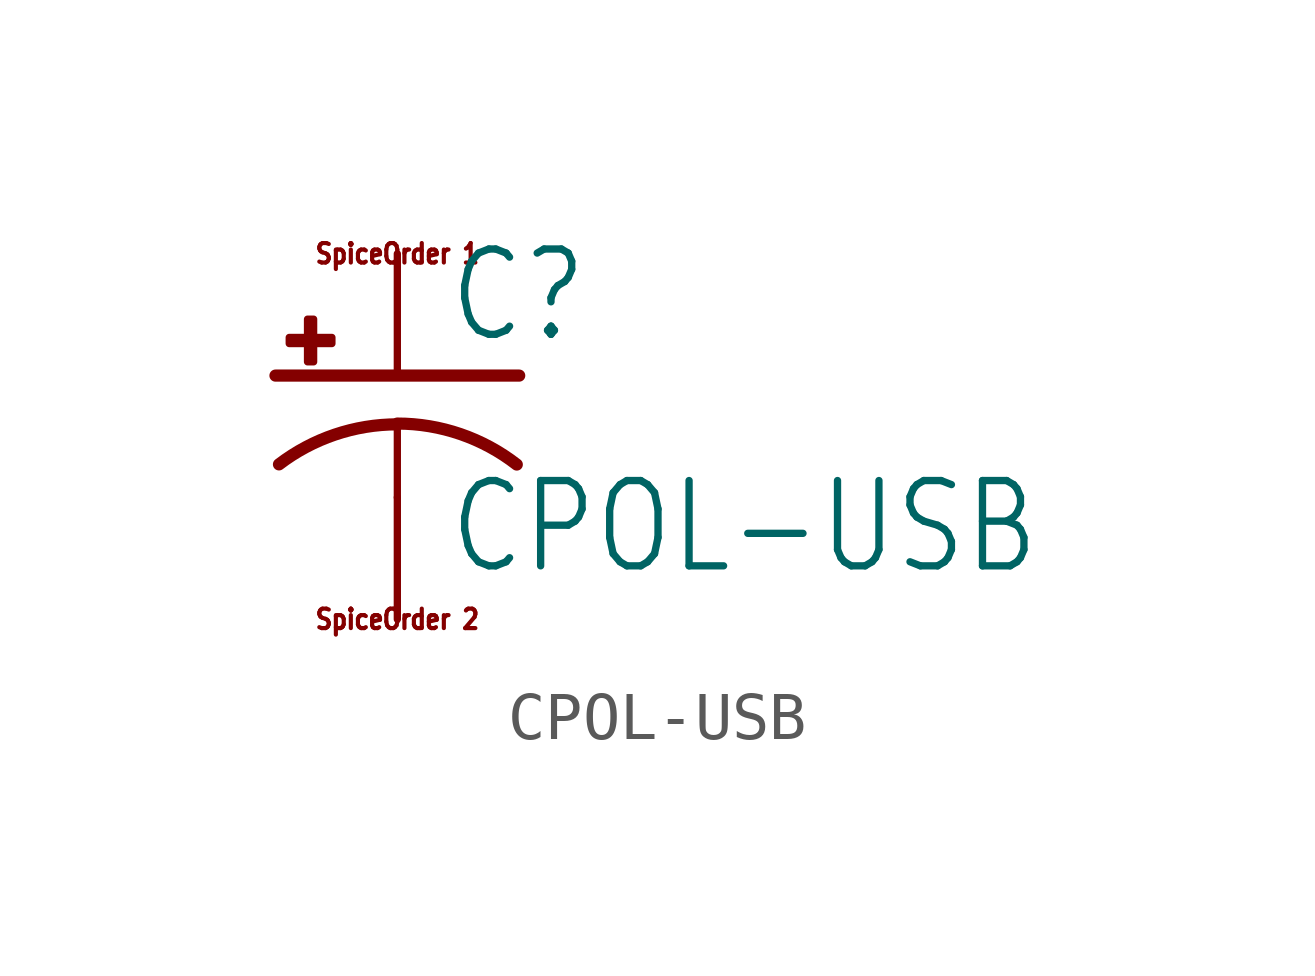
<source format=kicad_sym>
(kicad_symbol_lib
  (version 20211014)
  (generator kicad_symbol_editor)
  (symbol "CPOL-USB"
    (property "Reference" "C"
      (at 1.016 0.635 0)
      (effects (font (size 1.778 1.511)) (justify left bottom)))
    (property "Value" "CPOL-USB"
      (at 1.016 -4.191 0)
      (effects (font (size 1.778 1.511)) (justify left bottom)))
    (property "ki_locked" ""
      (at 0 0 0)
      (effects (font (size 1.27 1.27))))
    (symbol "CPOL-USB_1_0"
      (rectangle (start -2.253 0.668) (end -1.364 0.795) (stroke (width 0) (type default) (color 0 0 0 0)) (fill (type outline)))
      (rectangle (start -1.872 0.287) (end -1.745 1.176) (stroke (width 0) (type default) (color 0 0 0 0)) (fill (type outline)))
      (arc (start 0 -1.0161) (mid -1.3021 -1.2302) (end -2.4669 -1.8504) (stroke (width 0.254) (type default) (color 0 0 0 0)) (fill (type none)))
      (polyline (pts (xy -2.54 0) (xy 2.54 0)) (stroke (width 0.254) (type default) (color 0 0 0 0)) (fill (type none)))
      (polyline (pts (xy 0 -1.016) (xy 0 -2.54)) (stroke (width 0.152) (type default) (color 0 0 0 0)) (fill (type none)))
      (arc (start 2.4892 -1.8542) (mid 1.3158 -1.2195) (end 0 -1) (stroke (width 0.254) (type default) (color 0 0 0 0)) (fill (type none)))
      (text "SpiceOrder 1" (at 0 2.54 0) (effects (font (size 0.406 0.345))))
      (text "SpiceOrder 2" (at 0 -5.08 0) (effects (font (size 0.406 0.345))))
      (pin passive line (at 0 2.54 270) (length 2.54) (name "+" (effects (font (size 0 0)))) (number "+" (effects (font (size 0 0)))))
      (pin passive line (at 0 -5.08 90) (length 2.54) (name "-" (effects (font (size 0 0)))) (number "-" (effects (font (size 0 0))))))))
</source>
